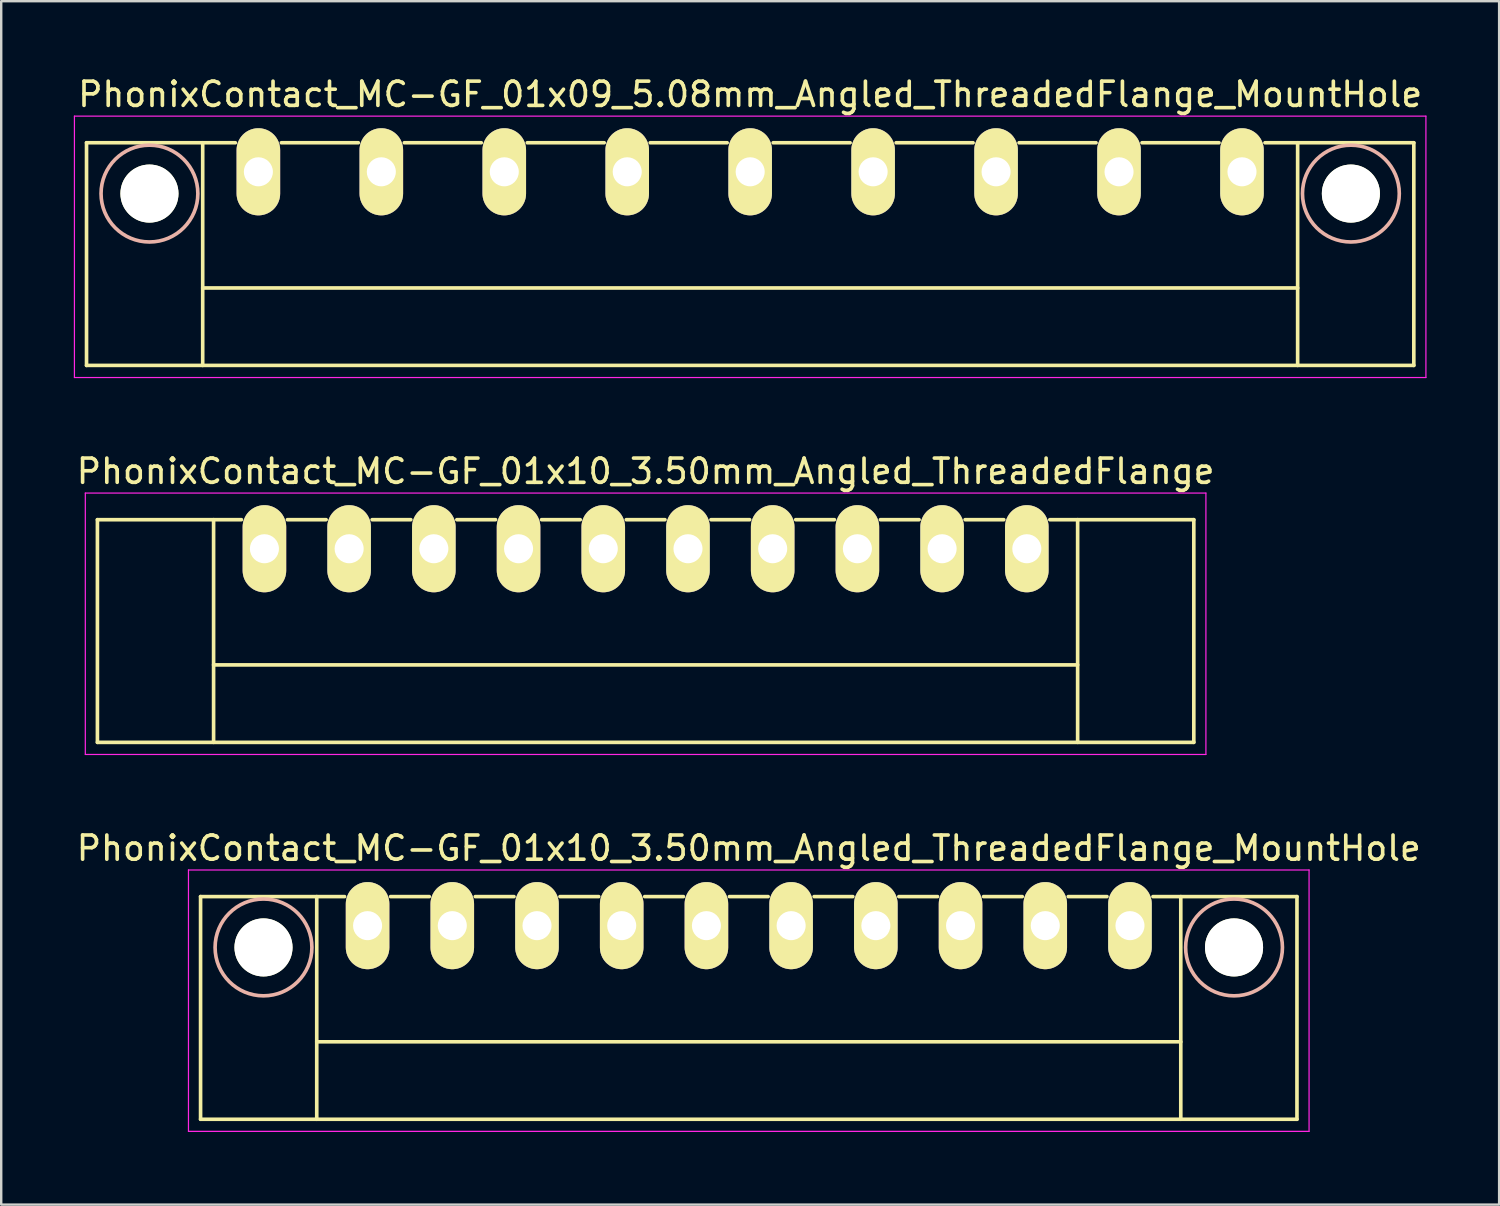
<source format=kicad_pcb>
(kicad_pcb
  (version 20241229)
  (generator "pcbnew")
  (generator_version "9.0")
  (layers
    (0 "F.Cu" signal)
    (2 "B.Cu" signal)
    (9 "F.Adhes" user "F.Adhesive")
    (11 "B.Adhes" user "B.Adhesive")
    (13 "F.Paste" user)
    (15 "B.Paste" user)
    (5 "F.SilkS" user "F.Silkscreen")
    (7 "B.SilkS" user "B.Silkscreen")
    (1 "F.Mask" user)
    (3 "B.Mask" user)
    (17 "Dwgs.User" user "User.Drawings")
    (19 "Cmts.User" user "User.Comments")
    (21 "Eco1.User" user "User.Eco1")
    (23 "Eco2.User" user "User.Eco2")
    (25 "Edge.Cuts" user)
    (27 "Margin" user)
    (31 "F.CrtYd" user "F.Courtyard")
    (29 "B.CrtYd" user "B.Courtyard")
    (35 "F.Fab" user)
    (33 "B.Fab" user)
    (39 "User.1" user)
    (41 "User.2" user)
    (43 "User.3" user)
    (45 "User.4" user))
  (footprint "PhonixContact_MC-GF_01x10_3.50mm_Angled_ThreadedFlange_MountHole"
    (layer "F.Cu")
    (at 12.137 35.195)
    (property "Reference" "PhonixContact_MC-GF_01x10_3.50mm_Angled_ThreadedFlange_MountHole" (at 15.75 -3.2 0) (layer "F.SilkS") (effects (font (size 1 1) (thickness 0.15))))
    (attr through_hole)
    (fp_line (start -6.9 -1.2) (end -6.9 8) (stroke (width 0.15) (type solid)) (layer "F.SilkS"))
    (fp_line (start -6.9 -1.2) (end -0.95 -1.2) (stroke (width 0.15) (type solid)) (layer "F.SilkS"))
    (fp_line (start -6.9 8) (end 38.4 8) (stroke (width 0.15) (type solid)) (layer "F.SilkS"))
    (fp_line (start -2.1 -1.2) (end -2.1 8) (stroke (width 0.15) (type solid)) (layer "F.SilkS"))
    (fp_line (start -2.1 4.8) (end 33.6 4.8) (stroke (width 0.15) (type solid)) (layer "F.SilkS"))
    (fp_line (start 0.95 -1.2) (end 2.55 -1.2) (stroke (width 0.15) (type solid)) (layer "F.SilkS"))
    (fp_line (start 4.45 -1.2) (end 6.05 -1.2) (stroke (width 0.15) (type solid)) (layer "F.SilkS"))
    (fp_line (start 7.95 -1.2) (end 9.55 -1.2) (stroke (width 0.15) (type solid)) (layer "F.SilkS"))
    (fp_line (start 11.45 -1.2) (end 13.05 -1.2) (stroke (width 0.15) (type solid)) (layer "F.SilkS"))
    (fp_line (start 14.95 -1.2) (end 16.55 -1.2) (stroke (width 0.15) (type solid)) (layer "F.SilkS"))
    (fp_line (start 18.45 -1.2) (end 20.05 -1.2) (stroke (width 0.15) (type solid)) (layer "F.SilkS"))
    (fp_line (start 21.95 -1.2) (end 23.55 -1.2) (stroke (width 0.15) (type solid)) (layer "F.SilkS"))
    (fp_line (start 25.45 -1.2) (end 27.05 -1.2) (stroke (width 0.15) (type solid)) (layer "F.SilkS"))
    (fp_line (start 28.95 -1.2) (end 30.55 -1.2) (stroke (width 0.15) (type solid)) (layer "F.SilkS"))
    (fp_line (start 33.6 -1.2) (end 33.6 8) (stroke (width 0.15) (type solid)) (layer "F.SilkS"))
    (fp_line (start 38.4 -1.2) (end 32.45 -1.2) (stroke (width 0.15) (type solid)) (layer "F.SilkS"))
    (fp_line (start 38.4 8) (end 38.4 -1.2) (stroke (width 0.15) (type solid)) (layer "F.SilkS"))
    (fp_circle (center -4.3 0.9) (end -2.3 0.9) (stroke (width 0.15) (type solid)) (fill no) (layer "B.SilkS"))
    (fp_circle (center 35.8 0.9) (end 37.8 0.9) (stroke (width 0.15) (type solid)) (fill no) (layer "B.SilkS"))
    (fp_line (start -7.4 -2.3) (end -7.4 8.5) (stroke (width 0.05) (type solid)) (layer "F.CrtYd"))
    (fp_line (start -7.4 8.5) (end 38.9 8.5) (stroke (width 0.05) (type solid)) (layer "F.CrtYd"))
    (fp_line (start 38.9 -2.3) (end -7.4 -2.3) (stroke (width 0.05) (type solid)) (layer "F.CrtYd"))
    (fp_line (start 38.9 8.5) (end 38.9 -2.3) (stroke (width 0.05) (type solid)) (layer "F.CrtYd"))
    (pad "" np_thru_hole circle (at -4.3 0.9) (size 2.4 2.4) (drill 2.4) (layers "*.Cu" "*.Mask" "F.SilkS"))
    (pad "" np_thru_hole circle (at 35.8 0.9) (size 2.4 2.4) (drill 2.4) (layers "*.Cu" "*.Mask" "F.SilkS"))
    (pad "1" thru_hole oval (at 0 0) (size 1.8 3.6) (drill 1.2) (layers "*.Cu" "*.Mask" "F.SilkS"))
    (pad "2" thru_hole oval (at 3.5 0) (size 1.8 3.6) (drill 1.2) (layers "*.Cu" "*.Mask" "F.SilkS"))
    (pad "3" thru_hole oval (at 7 0) (size 1.8 3.6) (drill 1.2) (layers "*.Cu" "*.Mask" "F.SilkS"))
    (pad "4" thru_hole oval (at 10.5 0) (size 1.8 3.6) (drill 1.2) (layers "*.Cu" "*.Mask" "F.SilkS"))
    (pad "5" thru_hole oval (at 14 0) (size 1.8 3.6) (drill 1.2) (layers "*.Cu" "*.Mask" "F.SilkS"))
    (pad "6" thru_hole oval (at 17.5 0) (size 1.8 3.6) (drill 1.2) (layers "*.Cu" "*.Mask" "F.SilkS"))
    (pad "7" thru_hole oval (at 21 0) (size 1.8 3.6) (drill 1.2) (layers "*.Cu" "*.Mask" "F.SilkS"))
    (pad "8" thru_hole oval (at 24.5 0) (size 1.8 3.6) (drill 1.2) (layers "*.Cu" "*.Mask" "F.SilkS"))
    (pad "9" thru_hole oval (at 28 0) (size 1.8 3.6) (drill 1.2) (layers "*.Cu" "*.Mask" "F.SilkS"))
    (pad "10" thru_hole oval (at 31.5 0) (size 1.8 3.6) (drill 1.2) (layers "*.Cu" "*.Mask" "F.SilkS")))
  (footprint "PhonixContact_MC-GF_01x09_5.08mm_Angled_ThreadedFlange_MountHole"
    (layer "F.Cu")
    (at 7.625 4.048)
    (property "Reference" "PhonixContact_MC-GF_01x09_5.08mm_Angled_ThreadedFlange_MountHole" (at 20.32 -3.2 0) (layer "F.SilkS") (effects (font (size 1 1) (thickness 0.15))))
    (attr through_hole)
    (fp_line (start -7.1 -1.2) (end -7.1 8) (stroke (width 0.15) (type solid)) (layer "F.SilkS"))
    (fp_line (start -7.1 -1.2) (end -0.95 -1.2) (stroke (width 0.15) (type solid)) (layer "F.SilkS"))
    (fp_line (start -7.1 8) (end 47.74 8) (stroke (width 0.15) (type solid)) (layer "F.SilkS"))
    (fp_line (start -2.3 -1.2) (end -2.3 8) (stroke (width 0.15) (type solid)) (layer "F.SilkS"))
    (fp_line (start -2.3 4.8) (end 42.94 4.8) (stroke (width 0.15) (type solid)) (layer "F.SilkS"))
    (fp_line (start 0.95 -1.2) (end 4.13 -1.2) (stroke (width 0.15) (type solid)) (layer "F.SilkS"))
    (fp_line (start 6.03 -1.2) (end 9.21 -1.2) (stroke (width 0.15) (type solid)) (layer "F.SilkS"))
    (fp_line (start 11.11 -1.2) (end 14.29 -1.2) (stroke (width 0.15) (type solid)) (layer "F.SilkS"))
    (fp_line (start 16.19 -1.2) (end 19.37 -1.2) (stroke (width 0.15) (type solid)) (layer "F.SilkS"))
    (fp_line (start 21.27 -1.2) (end 24.45 -1.2) (stroke (width 0.15) (type solid)) (layer "F.SilkS"))
    (fp_line (start 26.35 -1.2) (end 29.53 -1.2) (stroke (width 0.15) (type solid)) (layer "F.SilkS"))
    (fp_line (start 31.43 -1.2) (end 34.61 -1.2) (stroke (width 0.15) (type solid)) (layer "F.SilkS"))
    (fp_line (start 36.51 -1.2) (end 39.69 -1.2) (stroke (width 0.15) (type solid)) (layer "F.SilkS"))
    (fp_line (start 42.94 -1.2) (end 42.94 8) (stroke (width 0.15) (type solid)) (layer "F.SilkS"))
    (fp_line (start 47.74 -1.2) (end 41.59 -1.2) (stroke (width 0.15) (type solid)) (layer "F.SilkS"))
    (fp_line (start 47.74 8) (end 47.74 -1.2) (stroke (width 0.15) (type solid)) (layer "F.SilkS"))
    (fp_circle (center -4.5 0.9) (end -2.5 0.9) (stroke (width 0.15) (type solid)) (fill no) (layer "B.SilkS"))
    (fp_circle (center 45.14 0.9) (end 47.14 0.9) (stroke (width 0.15) (type solid)) (fill no) (layer "B.SilkS"))
    (fp_line (start -7.6 -2.3) (end -7.6 8.5) (stroke (width 0.05) (type solid)) (layer "F.CrtYd"))
    (fp_line (start -7.6 8.5) (end 48.24 8.5) (stroke (width 0.05) (type solid)) (layer "F.CrtYd"))
    (fp_line (start 48.24 -2.3) (end -7.6 -2.3) (stroke (width 0.05) (type solid)) (layer "F.CrtYd"))
    (fp_line (start 48.24 8.5) (end 48.24 -2.3) (stroke (width 0.05) (type solid)) (layer "F.CrtYd"))
    (pad "" np_thru_hole circle (at -4.5 0.9) (size 2.4 2.4) (drill 2.4) (layers "*.Cu" "*.Mask" "F.SilkS"))
    (pad "" np_thru_hole circle (at 45.14 0.9) (size 2.4 2.4) (drill 2.4) (layers "*.Cu" "*.Mask" "F.SilkS"))
    (pad "1" thru_hole oval (at 0 0) (size 1.8 3.6) (drill 1.2) (layers "*.Cu" "*.Mask" "F.SilkS"))
    (pad "2" thru_hole oval (at 5.08 0) (size 1.8 3.6) (drill 1.2) (layers "*.Cu" "*.Mask" "F.SilkS"))
    (pad "3" thru_hole oval (at 10.16 0) (size 1.8 3.6) (drill 1.2) (layers "*.Cu" "*.Mask" "F.SilkS"))
    (pad "4" thru_hole oval (at 15.24 0) (size 1.8 3.6) (drill 1.2) (layers "*.Cu" "*.Mask" "F.SilkS"))
    (pad "5" thru_hole oval (at 20.32 0) (size 1.8 3.6) (drill 1.2) (layers "*.Cu" "*.Mask" "F.SilkS"))
    (pad "6" thru_hole oval (at 25.4 0) (size 1.8 3.6) (drill 1.2) (layers "*.Cu" "*.Mask" "F.SilkS"))
    (pad "7" thru_hole oval (at 30.48 0) (size 1.8 3.6) (drill 1.2) (layers "*.Cu" "*.Mask" "F.SilkS"))
    (pad "8" thru_hole oval (at 35.56 0) (size 1.8 3.6) (drill 1.2) (layers "*.Cu" "*.Mask" "F.SilkS"))
    (pad "9" thru_hole oval (at 40.64 0) (size 1.8 3.6) (drill 1.2) (layers "*.Cu" "*.Mask" "F.SilkS")))
  (footprint "PhonixContact_MC-GF_01x10_3.50mm_Angled_ThreadedFlange"
    (layer "F.Cu")
    (at 7.875 19.622)
    (property "Reference" "PhonixContact_MC-GF_01x10_3.50mm_Angled_ThreadedFlange" (at 15.75 -3.2 0) (layer "F.SilkS") (effects (font (size 1 1) (thickness 0.15))))
    (attr through_hole)
    (fp_line (start -6.9 -1.2) (end -6.9 8) (stroke (width 0.15) (type solid)) (layer "F.SilkS"))
    (fp_line (start -6.9 -1.2) (end -0.95 -1.2) (stroke (width 0.15) (type solid)) (layer "F.SilkS"))
    (fp_line (start -6.9 8) (end 38.4 8) (stroke (width 0.15) (type solid)) (layer "F.SilkS"))
    (fp_line (start -2.1 -1.2) (end -2.1 8) (stroke (width 0.15) (type solid)) (layer "F.SilkS"))
    (fp_line (start -2.1 4.8) (end 33.6 4.8) (stroke (width 0.15) (type solid)) (layer "F.SilkS"))
    (fp_line (start 0.95 -1.2) (end 2.55 -1.2) (stroke (width 0.15) (type solid)) (layer "F.SilkS"))
    (fp_line (start 4.45 -1.2) (end 6.05 -1.2) (stroke (width 0.15) (type solid)) (layer "F.SilkS"))
    (fp_line (start 7.95 -1.2) (end 9.55 -1.2) (stroke (width 0.15) (type solid)) (layer "F.SilkS"))
    (fp_line (start 11.45 -1.2) (end 13.05 -1.2) (stroke (width 0.15) (type solid)) (layer "F.SilkS"))
    (fp_line (start 14.95 -1.2) (end 16.55 -1.2) (stroke (width 0.15) (type solid)) (layer "F.SilkS"))
    (fp_line (start 18.45 -1.2) (end 20.05 -1.2) (stroke (width 0.15) (type solid)) (layer "F.SilkS"))
    (fp_line (start 21.95 -1.2) (end 23.55 -1.2) (stroke (width 0.15) (type solid)) (layer "F.SilkS"))
    (fp_line (start 25.45 -1.2) (end 27.05 -1.2) (stroke (width 0.15) (type solid)) (layer "F.SilkS"))
    (fp_line (start 28.95 -1.2) (end 30.55 -1.2) (stroke (width 0.15) (type solid)) (layer "F.SilkS"))
    (fp_line (start 33.6 -1.2) (end 33.6 8) (stroke (width 0.15) (type solid)) (layer "F.SilkS"))
    (fp_line (start 38.4 -1.2) (end 32.45 -1.2) (stroke (width 0.15) (type solid)) (layer "F.SilkS"))
    (fp_line (start 38.4 8) (end 38.4 -1.2) (stroke (width 0.15) (type solid)) (layer "F.SilkS"))
    (fp_line (start -7.4 -2.3) (end -7.4 8.5) (stroke (width 0.05) (type solid)) (layer "F.CrtYd"))
    (fp_line (start -7.4 8.5) (end 38.9 8.5) (stroke (width 0.05) (type solid)) (layer "F.CrtYd"))
    (fp_line (start 38.9 -2.3) (end -7.4 -2.3) (stroke (width 0.05) (type solid)) (layer "F.CrtYd"))
    (fp_line (start 38.9 8.5) (end 38.9 -2.3) (stroke (width 0.05) (type solid)) (layer "F.CrtYd"))
    (pad "1" thru_hole oval (at 0 0) (size 1.8 3.6) (drill 1.2) (layers "*.Cu" "*.Mask" "F.SilkS"))
    (pad "2" thru_hole oval (at 3.5 0) (size 1.8 3.6) (drill 1.2) (layers "*.Cu" "*.Mask" "F.SilkS"))
    (pad "3" thru_hole oval (at 7 0) (size 1.8 3.6) (drill 1.2) (layers "*.Cu" "*.Mask" "F.SilkS"))
    (pad "4" thru_hole oval (at 10.5 0) (size 1.8 3.6) (drill 1.2) (layers "*.Cu" "*.Mask" "F.SilkS"))
    (pad "5" thru_hole oval (at 14 0) (size 1.8 3.6) (drill 1.2) (layers "*.Cu" "*.Mask" "F.SilkS"))
    (pad "6" thru_hole oval (at 17.5 0) (size 1.8 3.6) (drill 1.2) (layers "*.Cu" "*.Mask" "F.SilkS"))
    (pad "7" thru_hole oval (at 21 0) (size 1.8 3.6) (drill 1.2) (layers "*.Cu" "*.Mask" "F.SilkS"))
    (pad "8" thru_hole oval (at 24.5 0) (size 1.8 3.6) (drill 1.2) (layers "*.Cu" "*.Mask" "F.SilkS"))
    (pad "9" thru_hole oval (at 28 0) (size 1.8 3.6) (drill 1.2) (layers "*.Cu" "*.Mask" "F.SilkS"))
    (pad "10" thru_hole oval (at 31.5 0) (size 1.8 3.6) (drill 1.2) (layers "*.Cu" "*.Mask" "F.SilkS")))
  (gr_rect
    (start -3 -3)
    (end 58.89 46.72)
    (stroke (width 0.1) (type default))
    (fill no)
    (layer "Edge.Cuts")))
</source>
